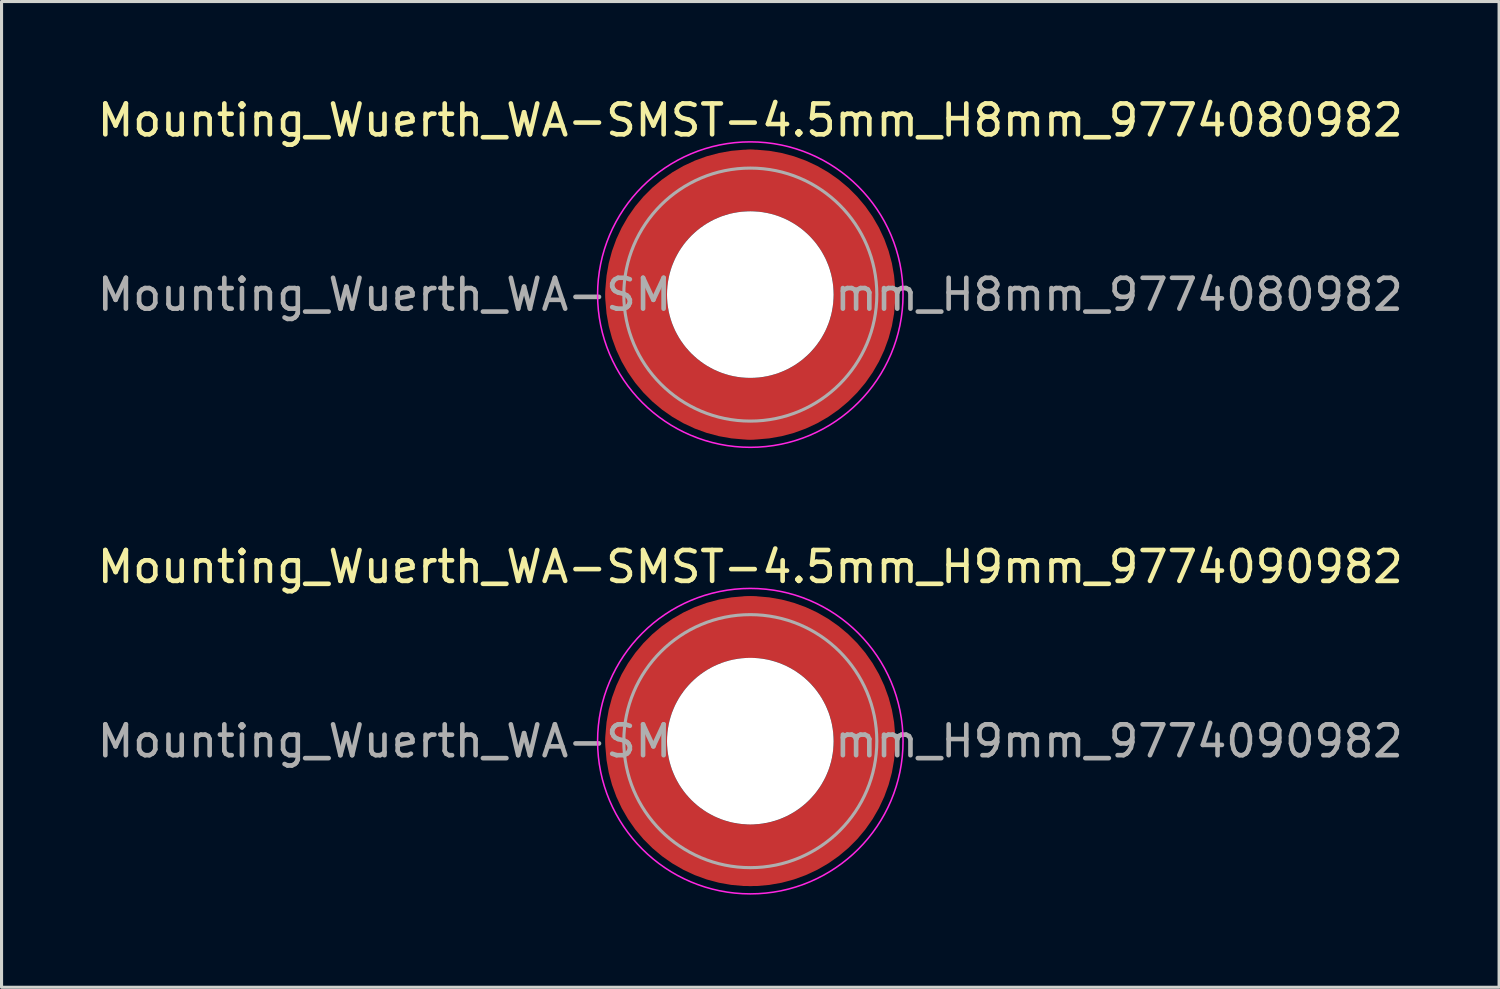
<source format=kicad_pcb>
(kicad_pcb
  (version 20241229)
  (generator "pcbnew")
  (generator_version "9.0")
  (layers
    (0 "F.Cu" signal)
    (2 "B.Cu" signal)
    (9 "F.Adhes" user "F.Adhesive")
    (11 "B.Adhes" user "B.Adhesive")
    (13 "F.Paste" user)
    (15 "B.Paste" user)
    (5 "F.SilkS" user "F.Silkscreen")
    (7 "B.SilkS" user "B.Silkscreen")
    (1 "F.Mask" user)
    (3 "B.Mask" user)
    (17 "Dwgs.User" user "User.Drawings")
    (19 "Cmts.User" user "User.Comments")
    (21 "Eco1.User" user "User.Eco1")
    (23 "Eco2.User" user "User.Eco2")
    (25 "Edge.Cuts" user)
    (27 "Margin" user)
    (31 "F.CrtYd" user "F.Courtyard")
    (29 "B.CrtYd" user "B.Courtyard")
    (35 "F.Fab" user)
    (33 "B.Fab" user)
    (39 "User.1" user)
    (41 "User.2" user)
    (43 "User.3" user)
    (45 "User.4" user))
  (footprint "Mounting_Wuerth_WA-SMST-4.5mm_H9mm_9774090982"
    (layer "F.Cu")
    (at 21.268 20.971)
    (property "Reference" "Mounting_Wuerth_WA-SMST-4.5mm_H9mm_9774090982" (at 0 -5.65 0) (layer "F.SilkS") (effects (font (size 1 1) (thickness 0.15))))
    (attr smd)
    (fp_circle (center 0 0) (end 4.95 0) (stroke (width 0.05) (type solid)) (fill no) (layer "F.CrtYd"))
    (fp_circle (center 0 0) (end 4.1 0) (stroke (width 0.1) (type solid)) (fill no) (layer "F.Fab"))
    (fp_text user "${REFERENCE}" (at 0 0 0) (layer "F.Fab") (effects (font (size 1 1) (thickness 0.15))))
    (pad "" smd custom (at -2.607 -2.607) (size 1.895 1.895) (layers "F.Paste") (options (anchor circle)) (primitives (gr_arc (start -0.188183 2.107456) (mid 0.599273 0.599273) (end 2.107456 -0.188183) (width 0.2)) (gr_arc (start -0.289416 2.107456) (mid 0.52877 0.52877) (end 2.107456 -0.289416) (width 0.2)) (gr_arc (start -0.390547 2.107456) (mid 0.458268 0.458268) (end 2.107456 -0.390547) (width 0.2)) (gr_arc (start -0.491585 2.107456) (mid 0.387765 0.387765) (end 2.107456 -0.491585) (width 0.2)) (gr_arc (start -0.59254 2.107456) (mid 0.317262 0.317262) (end 2.107456 -0.59254) (width 0.2)) (gr_arc (start -0.693419 2.107456) (mid 0.24676 0.24676) (end 2.107456 -0.693419) (width 0.2)) (gr_arc (start -0.794229 2.107456) (mid 0.176257 0.176257) (end 2.107456 -0.794229) (width 0.2)) (gr_arc (start -0.894975 2.107456) (mid 0.105754 0.105754) (end 2.107456 -0.894975) (width 0.2)) (gr_arc (start -0.995664 2.107456) (mid 0.035251 0.035251) (end 2.107456 -0.995664) (width 0.2)) (gr_arc (start -1.0963 2.107456) (mid -0.035252 -0.035252) (end 2.107456 -1.0963) (width 0.2)) (gr_arc (start -1.196886 2.107456) (mid -0.105754 -0.105754) (end 2.107456 -1.196886) (width 0.2)) (gr_arc (start -1.297427 2.107456) (mid -0.176257 -0.176257) (end 2.107456 -1.297427) (width 0.2)) (gr_arc (start -1.397927 2.107456) (mid -0.24676 -0.24676) (end 2.107456 -1.397927) (width 0.2)) (gr_arc (start -1.498388 2.107456) (mid -0.317262 -0.317262) (end 2.107456 -1.498388) (width 0.2)) (gr_arc (start -1.598813 2.107456) (mid -0.387765 -0.387765) (end 2.107456 -1.598813) (width 0.2)) (gr_arc (start -1.699204 2.107456) (mid -0.458267 -0.458267) (end 2.107456 -1.699204) (width 0.2)) (gr_arc (start -1.799565 2.107456) (mid -0.528771 -0.528771) (end 2.107456 -1.799565) (width 0.2)) (gr_arc (start -1.899896 2.107456) (mid -0.599273 -0.599273) (end 2.107456 -1.899896) (width 0.2)) (gr_arc (start -1.899896 2.107456) (mid -0.599273 -0.599273) (end 2.107456 -1.899896) (width 0.2)) (gr_line (start 2.107 -0.188) (end 2.107 -1.9) (width 0.2)) (gr_line (start -0.188 2.107) (end -1.9 2.107) (width 0.2))))
    (pad "" smd custom (at -2.607 2.607) (size 1.895 1.895) (layers "F.Paste") (options (anchor circle)) (primitives (gr_arc (start 2.107456 0.188183) (mid 0.599273 -0.599273) (end -0.188183 -2.107456) (width 0.2)) (gr_arc (start 2.107456 0.289416) (mid 0.52877 -0.52877) (end -0.289416 -2.107456) (width 0.2)) (gr_arc (start 2.107456 0.390547) (mid 0.458268 -0.458268) (end -0.390547 -2.107456) (width 0.2)) (gr_arc (start 2.107456 0.491585) (mid 0.387765 -0.387765) (end -0.491585 -2.107456) (width 0.2)) (gr_arc (start 2.107456 0.59254) (mid 0.317262 -0.317262) (end -0.59254 -2.107456) (width 0.2)) (gr_arc (start 2.107456 0.693419) (mid 0.24676 -0.24676) (end -0.693419 -2.107456) (width 0.2)) (gr_arc (start 2.107456 0.794229) (mid 0.176257 -0.176257) (end -0.794229 -2.107456) (width 0.2)) (gr_arc (start 2.107456 0.894975) (mid 0.105754 -0.105754) (end -0.894975 -2.107456) (width 0.2)) (gr_arc (start 2.107456 0.995664) (mid 0.035251 -0.035251) (end -0.995664 -2.107456) (width 0.2)) (gr_arc (start 2.107456 1.0963) (mid -0.035252 0.035252) (end -1.0963 -2.107456) (width 0.2)) (gr_arc (start 2.107456 1.196886) (mid -0.105754 0.105754) (end -1.196886 -2.107456) (width 0.2)) (gr_arc (start 2.107456 1.297427) (mid -0.176257 0.176257) (end -1.297427 -2.107456) (width 0.2)) (gr_arc (start 2.107456 1.397927) (mid -0.24676 0.24676) (end -1.397927 -2.107456) (width 0.2)) (gr_arc (start 2.107456 1.498388) (mid -0.317262 0.317262) (end -1.498388 -2.107456) (width 0.2)) (gr_arc (start 2.107456 1.598813) (mid -0.387765 0.387765) (end -1.598813 -2.107456) (width 0.2)) (gr_arc (start 2.107456 1.699204) (mid -0.458267 0.458267) (end -1.699204 -2.107456) (width 0.2)) (gr_arc (start 2.107456 1.799565) (mid -0.528771 0.528771) (end -1.799565 -2.107456) (width 0.2)) (gr_arc (start 2.107456 1.899896) (mid -0.599273 0.599273) (end -1.899896 -2.107456) (width 0.2)) (gr_arc (start 2.107456 1.899896) (mid -0.599273 0.599273) (end -1.899896 -2.107456) (width 0.2)) (gr_line (start -0.188 -2.107) (end -1.9 -2.107) (width 0.2)) (gr_line (start 2.107 0.188) (end 2.107 1.9) (width 0.2))))
    (pad "" np_thru_hole circle (at 0 0) (size 5.4 5.4) (drill 5.4) (layers "*.Cu" "*.Mask"))
    (pad "" smd custom (at 2.607 -2.607) (size 1.895 1.895) (layers "F.Paste") (options (anchor circle)) (primitives (gr_arc (start -2.107456 -0.188183) (mid -0.599273 0.599273) (end 0.188183 2.107456) (width 0.2)) (gr_arc (start -2.107456 -0.289416) (mid -0.52877 0.52877) (end 0.289416 2.107456) (width 0.2)) (gr_arc (start -2.107456 -0.390547) (mid -0.458268 0.458268) (end 0.390547 2.107456) (width 0.2)) (gr_arc (start -2.107456 -0.491585) (mid -0.387765 0.387765) (end 0.491585 2.107456) (width 0.2)) (gr_arc (start -2.107456 -0.59254) (mid -0.317262 0.317262) (end 0.59254 2.107456) (width 0.2)) (gr_arc (start -2.107456 -0.693419) (mid -0.24676 0.24676) (end 0.693419 2.107456) (width 0.2)) (gr_arc (start -2.107456 -0.794229) (mid -0.176257 0.176257) (end 0.794229 2.107456) (width 0.2)) (gr_arc (start -2.107456 -0.894975) (mid -0.105754 0.105754) (end 0.894975 2.107456) (width 0.2)) (gr_arc (start -2.107456 -0.995664) (mid -0.035251 0.035251) (end 0.995664 2.107456) (width 0.2)) (gr_arc (start -2.107456 -1.0963) (mid 0.035252 -0.035252) (end 1.0963 2.107456) (width 0.2)) (gr_arc (start -2.107456 -1.196886) (mid 0.105754 -0.105754) (end 1.196886 2.107456) (width 0.2)) (gr_arc (start -2.107456 -1.297427) (mid 0.176257 -0.176257) (end 1.297427 2.107456) (width 0.2)) (gr_arc (start -2.107456 -1.397927) (mid 0.24676 -0.24676) (end 1.397927 2.107456) (width 0.2)) (gr_arc (start -2.107456 -1.498388) (mid 0.317262 -0.317262) (end 1.498388 2.107456) (width 0.2)) (gr_arc (start -2.107456 -1.598813) (mid 0.387765 -0.387765) (end 1.598813 2.107456) (width 0.2)) (gr_arc (start -2.107456 -1.699204) (mid 0.458267 -0.458267) (end 1.699204 2.107456) (width 0.2)) (gr_arc (start -2.107456 -1.799565) (mid 0.528771 -0.528771) (end 1.799565 2.107456) (width 0.2)) (gr_arc (start -2.107456 -1.899896) (mid 0.599273 -0.599273) (end 1.899896 2.107456) (width 0.2)) (gr_arc (start -2.107456 -1.899896) (mid 0.599273 -0.599273) (end 1.899896 2.107456) (width 0.2)) (gr_line (start 0.188 2.107) (end 1.9 2.107) (width 0.2)) (gr_line (start -2.107 -0.188) (end -2.107 -1.9) (width 0.2))))
    (pad "" smd custom (at 2.607 2.607) (size 1.895 1.895) (layers "F.Paste") (options (anchor circle)) (primitives (gr_arc (start 0.188183 -2.107456) (mid -0.599273 -0.599273) (end -2.107456 0.188183) (width 0.2)) (gr_arc (start 0.289416 -2.107456) (mid -0.52877 -0.52877) (end -2.107456 0.289416) (width 0.2)) (gr_arc (start 0.390547 -2.107456) (mid -0.458268 -0.458268) (end -2.107456 0.390547) (width 0.2)) (gr_arc (start 0.491585 -2.107456) (mid -0.387765 -0.387765) (end -2.107456 0.491585) (width 0.2)) (gr_arc (start 0.59254 -2.107456) (mid -0.317262 -0.317262) (end -2.107456 0.59254) (width 0.2)) (gr_arc (start 0.693419 -2.107456) (mid -0.24676 -0.24676) (end -2.107456 0.693419) (width 0.2)) (gr_arc (start 0.794229 -2.107456) (mid -0.176257 -0.176257) (end -2.107456 0.794229) (width 0.2)) (gr_arc (start 0.894975 -2.107456) (mid -0.105754 -0.105754) (end -2.107456 0.894975) (width 0.2)) (gr_arc (start 0.995664 -2.107456) (mid -0.035251 -0.035251) (end -2.107456 0.995664) (width 0.2)) (gr_arc (start 1.0963 -2.107456) (mid 0.035252 0.035252) (end -2.107456 1.0963) (width 0.2)) (gr_arc (start 1.196886 -2.107456) (mid 0.105754 0.105754) (end -2.107456 1.196886) (width 0.2)) (gr_arc (start 1.297427 -2.107456) (mid 0.176257 0.176257) (end -2.107456 1.297427) (width 0.2)) (gr_arc (start 1.397927 -2.107456) (mid 0.24676 0.24676) (end -2.107456 1.397927) (width 0.2)) (gr_arc (start 1.498388 -2.107456) (mid 0.317262 0.317262) (end -2.107456 1.498388) (width 0.2)) (gr_arc (start 1.598813 -2.107456) (mid 0.387765 0.387765) (end -2.107456 1.598813) (width 0.2)) (gr_arc (start 1.699204 -2.107456) (mid 0.458267 0.458267) (end -2.107456 1.699204) (width 0.2)) (gr_arc (start 1.799565 -2.107456) (mid 0.528771 0.528771) (end -2.107456 1.799565) (width 0.2)) (gr_arc (start 1.899896 -2.107456) (mid 0.599273 0.599273) (end -2.107456 1.899896) (width 0.2)) (gr_arc (start 1.899896 -2.107456) (mid 0.599273 0.599273) (end -2.107456 1.899896) (width 0.2)) (gr_line (start -2.107 0.188) (end -2.107 1.9) (width 0.2)) (gr_line (start 0.188 -2.107) (end 1.9 -2.107) (width 0.2))))
    (pad "1" smd circle (at -3.7 0) (size 2 2) (layers "F.Cu"))
    (pad "1" smd circle (at 0 -3.7) (size 2 2) (layers "F.Cu"))
    (pad "1" smd circle (at 0 3.7) (size 2 2) (layers "F.Cu"))
    (pad "1" smd custom (at 3.7 0) (size 2 2) (layers "F.Cu" "F.Mask") (options (anchor circle)) (primitives (gr_circle (center -3.7 0) (end 0 0) (width 2) (fill no)))))
  (footprint "Mounting_Wuerth_WA-SMST-4.5mm_H8mm_9774080982"
    (layer "F.Cu")
    (at 21.268 6.498)
    (property "Reference" "Mounting_Wuerth_WA-SMST-4.5mm_H8mm_9774080982" (at 0 -5.65 0) (layer "F.SilkS") (effects (font (size 1 1) (thickness 0.15))))
    (attr smd)
    (fp_circle (center 0 0) (end 4.95 0) (stroke (width 0.05) (type solid)) (fill no) (layer "F.CrtYd"))
    (fp_circle (center 0 0) (end 4.1 0) (stroke (width 0.1) (type solid)) (fill no) (layer "F.Fab"))
    (fp_text user "${REFERENCE}" (at 0 0 0) (layer "F.Fab") (effects (font (size 1 1) (thickness 0.15))))
    (pad "" smd custom (at -2.607 -2.607) (size 1.895 1.895) (layers "F.Paste") (options (anchor circle)) (primitives (gr_arc (start -0.188183 2.107456) (mid 0.599273 0.599273) (end 2.107456 -0.188183) (width 0.2)) (gr_arc (start -0.289416 2.107456) (mid 0.52877 0.52877) (end 2.107456 -0.289416) (width 0.2)) (gr_arc (start -0.390547 2.107456) (mid 0.458268 0.458268) (end 2.107456 -0.390547) (width 0.2)) (gr_arc (start -0.491585 2.107456) (mid 0.387765 0.387765) (end 2.107456 -0.491585) (width 0.2)) (gr_arc (start -0.59254 2.107456) (mid 0.317262 0.317262) (end 2.107456 -0.59254) (width 0.2)) (gr_arc (start -0.693419 2.107456) (mid 0.24676 0.24676) (end 2.107456 -0.693419) (width 0.2)) (gr_arc (start -0.794229 2.107456) (mid 0.176257 0.176257) (end 2.107456 -0.794229) (width 0.2)) (gr_arc (start -0.894975 2.107456) (mid 0.105754 0.105754) (end 2.107456 -0.894975) (width 0.2)) (gr_arc (start -0.995664 2.107456) (mid 0.035251 0.035251) (end 2.107456 -0.995664) (width 0.2)) (gr_arc (start -1.0963 2.107456) (mid -0.035252 -0.035252) (end 2.107456 -1.0963) (width 0.2)) (gr_arc (start -1.196886 2.107456) (mid -0.105754 -0.105754) (end 2.107456 -1.196886) (width 0.2)) (gr_arc (start -1.297427 2.107456) (mid -0.176257 -0.176257) (end 2.107456 -1.297427) (width 0.2)) (gr_arc (start -1.397927 2.107456) (mid -0.24676 -0.24676) (end 2.107456 -1.397927) (width 0.2)) (gr_arc (start -1.498388 2.107456) (mid -0.317262 -0.317262) (end 2.107456 -1.498388) (width 0.2)) (gr_arc (start -1.598813 2.107456) (mid -0.387765 -0.387765) (end 2.107456 -1.598813) (width 0.2)) (gr_arc (start -1.699204 2.107456) (mid -0.458267 -0.458267) (end 2.107456 -1.699204) (width 0.2)) (gr_arc (start -1.799565 2.107456) (mid -0.528771 -0.528771) (end 2.107456 -1.799565) (width 0.2)) (gr_arc (start -1.899896 2.107456) (mid -0.599273 -0.599273) (end 2.107456 -1.899896) (width 0.2)) (gr_arc (start -1.899896 2.107456) (mid -0.599273 -0.599273) (end 2.107456 -1.899896) (width 0.2)) (gr_line (start 2.107 -0.188) (end 2.107 -1.9) (width 0.2)) (gr_line (start -0.188 2.107) (end -1.9 2.107) (width 0.2))))
    (pad "" smd custom (at -2.607 2.607) (size 1.895 1.895) (layers "F.Paste") (options (anchor circle)) (primitives (gr_arc (start 2.107456 0.188183) (mid 0.599273 -0.599273) (end -0.188183 -2.107456) (width 0.2)) (gr_arc (start 2.107456 0.289416) (mid 0.52877 -0.52877) (end -0.289416 -2.107456) (width 0.2)) (gr_arc (start 2.107456 0.390547) (mid 0.458268 -0.458268) (end -0.390547 -2.107456) (width 0.2)) (gr_arc (start 2.107456 0.491585) (mid 0.387765 -0.387765) (end -0.491585 -2.107456) (width 0.2)) (gr_arc (start 2.107456 0.59254) (mid 0.317262 -0.317262) (end -0.59254 -2.107456) (width 0.2)) (gr_arc (start 2.107456 0.693419) (mid 0.24676 -0.24676) (end -0.693419 -2.107456) (width 0.2)) (gr_arc (start 2.107456 0.794229) (mid 0.176257 -0.176257) (end -0.794229 -2.107456) (width 0.2)) (gr_arc (start 2.107456 0.894975) (mid 0.105754 -0.105754) (end -0.894975 -2.107456) (width 0.2)) (gr_arc (start 2.107456 0.995664) (mid 0.035251 -0.035251) (end -0.995664 -2.107456) (width 0.2)) (gr_arc (start 2.107456 1.0963) (mid -0.035252 0.035252) (end -1.0963 -2.107456) (width 0.2)) (gr_arc (start 2.107456 1.196886) (mid -0.105754 0.105754) (end -1.196886 -2.107456) (width 0.2)) (gr_arc (start 2.107456 1.297427) (mid -0.176257 0.176257) (end -1.297427 -2.107456) (width 0.2)) (gr_arc (start 2.107456 1.397927) (mid -0.24676 0.24676) (end -1.397927 -2.107456) (width 0.2)) (gr_arc (start 2.107456 1.498388) (mid -0.317262 0.317262) (end -1.498388 -2.107456) (width 0.2)) (gr_arc (start 2.107456 1.598813) (mid -0.387765 0.387765) (end -1.598813 -2.107456) (width 0.2)) (gr_arc (start 2.107456 1.699204) (mid -0.458267 0.458267) (end -1.699204 -2.107456) (width 0.2)) (gr_arc (start 2.107456 1.799565) (mid -0.528771 0.528771) (end -1.799565 -2.107456) (width 0.2)) (gr_arc (start 2.107456 1.899896) (mid -0.599273 0.599273) (end -1.899896 -2.107456) (width 0.2)) (gr_arc (start 2.107456 1.899896) (mid -0.599273 0.599273) (end -1.899896 -2.107456) (width 0.2)) (gr_line (start -0.188 -2.107) (end -1.9 -2.107) (width 0.2)) (gr_line (start 2.107 0.188) (end 2.107 1.9) (width 0.2))))
    (pad "" np_thru_hole circle (at 0 0) (size 5.4 5.4) (drill 5.4) (layers "*.Cu" "*.Mask"))
    (pad "" smd custom (at 2.607 -2.607) (size 1.895 1.895) (layers "F.Paste") (options (anchor circle)) (primitives (gr_arc (start -2.107456 -0.188183) (mid -0.599273 0.599273) (end 0.188183 2.107456) (width 0.2)) (gr_arc (start -2.107456 -0.289416) (mid -0.52877 0.52877) (end 0.289416 2.107456) (width 0.2)) (gr_arc (start -2.107456 -0.390547) (mid -0.458268 0.458268) (end 0.390547 2.107456) (width 0.2)) (gr_arc (start -2.107456 -0.491585) (mid -0.387765 0.387765) (end 0.491585 2.107456) (width 0.2)) (gr_arc (start -2.107456 -0.59254) (mid -0.317262 0.317262) (end 0.59254 2.107456) (width 0.2)) (gr_arc (start -2.107456 -0.693419) (mid -0.24676 0.24676) (end 0.693419 2.107456) (width 0.2)) (gr_arc (start -2.107456 -0.794229) (mid -0.176257 0.176257) (end 0.794229 2.107456) (width 0.2)) (gr_arc (start -2.107456 -0.894975) (mid -0.105754 0.105754) (end 0.894975 2.107456) (width 0.2)) (gr_arc (start -2.107456 -0.995664) (mid -0.035251 0.035251) (end 0.995664 2.107456) (width 0.2)) (gr_arc (start -2.107456 -1.0963) (mid 0.035252 -0.035252) (end 1.0963 2.107456) (width 0.2)) (gr_arc (start -2.107456 -1.196886) (mid 0.105754 -0.105754) (end 1.196886 2.107456) (width 0.2)) (gr_arc (start -2.107456 -1.297427) (mid 0.176257 -0.176257) (end 1.297427 2.107456) (width 0.2)) (gr_arc (start -2.107456 -1.397927) (mid 0.24676 -0.24676) (end 1.397927 2.107456) (width 0.2)) (gr_arc (start -2.107456 -1.498388) (mid 0.317262 -0.317262) (end 1.498388 2.107456) (width 0.2)) (gr_arc (start -2.107456 -1.598813) (mid 0.387765 -0.387765) (end 1.598813 2.107456) (width 0.2)) (gr_arc (start -2.107456 -1.699204) (mid 0.458267 -0.458267) (end 1.699204 2.107456) (width 0.2)) (gr_arc (start -2.107456 -1.799565) (mid 0.528771 -0.528771) (end 1.799565 2.107456) (width 0.2)) (gr_arc (start -2.107456 -1.899896) (mid 0.599273 -0.599273) (end 1.899896 2.107456) (width 0.2)) (gr_arc (start -2.107456 -1.899896) (mid 0.599273 -0.599273) (end 1.899896 2.107456) (width 0.2)) (gr_line (start 0.188 2.107) (end 1.9 2.107) (width 0.2)) (gr_line (start -2.107 -0.188) (end -2.107 -1.9) (width 0.2))))
    (pad "" smd custom (at 2.607 2.607) (size 1.895 1.895) (layers "F.Paste") (options (anchor circle)) (primitives (gr_arc (start 0.188183 -2.107456) (mid -0.599273 -0.599273) (end -2.107456 0.188183) (width 0.2)) (gr_arc (start 0.289416 -2.107456) (mid -0.52877 -0.52877) (end -2.107456 0.289416) (width 0.2)) (gr_arc (start 0.390547 -2.107456) (mid -0.458268 -0.458268) (end -2.107456 0.390547) (width 0.2)) (gr_arc (start 0.491585 -2.107456) (mid -0.387765 -0.387765) (end -2.107456 0.491585) (width 0.2)) (gr_arc (start 0.59254 -2.107456) (mid -0.317262 -0.317262) (end -2.107456 0.59254) (width 0.2)) (gr_arc (start 0.693419 -2.107456) (mid -0.24676 -0.24676) (end -2.107456 0.693419) (width 0.2)) (gr_arc (start 0.794229 -2.107456) (mid -0.176257 -0.176257) (end -2.107456 0.794229) (width 0.2)) (gr_arc (start 0.894975 -2.107456) (mid -0.105754 -0.105754) (end -2.107456 0.894975) (width 0.2)) (gr_arc (start 0.995664 -2.107456) (mid -0.035251 -0.035251) (end -2.107456 0.995664) (width 0.2)) (gr_arc (start 1.0963 -2.107456) (mid 0.035252 0.035252) (end -2.107456 1.0963) (width 0.2)) (gr_arc (start 1.196886 -2.107456) (mid 0.105754 0.105754) (end -2.107456 1.196886) (width 0.2)) (gr_arc (start 1.297427 -2.107456) (mid 0.176257 0.176257) (end -2.107456 1.297427) (width 0.2)) (gr_arc (start 1.397927 -2.107456) (mid 0.24676 0.24676) (end -2.107456 1.397927) (width 0.2)) (gr_arc (start 1.498388 -2.107456) (mid 0.317262 0.317262) (end -2.107456 1.498388) (width 0.2)) (gr_arc (start 1.598813 -2.107456) (mid 0.387765 0.387765) (end -2.107456 1.598813) (width 0.2)) (gr_arc (start 1.699204 -2.107456) (mid 0.458267 0.458267) (end -2.107456 1.699204) (width 0.2)) (gr_arc (start 1.799565 -2.107456) (mid 0.528771 0.528771) (end -2.107456 1.799565) (width 0.2)) (gr_arc (start 1.899896 -2.107456) (mid 0.599273 0.599273) (end -2.107456 1.899896) (width 0.2)) (gr_arc (start 1.899896 -2.107456) (mid 0.599273 0.599273) (end -2.107456 1.899896) (width 0.2)) (gr_line (start -2.107 0.188) (end -2.107 1.9) (width 0.2)) (gr_line (start 0.188 -2.107) (end 1.9 -2.107) (width 0.2))))
    (pad "1" smd circle (at -3.7 0) (size 2 2) (layers "F.Cu"))
    (pad "1" smd circle (at 0 -3.7) (size 2 2) (layers "F.Cu"))
    (pad "1" smd circle (at 0 3.7) (size 2 2) (layers "F.Cu"))
    (pad "1" smd custom (at 3.7 0) (size 2 2) (layers "F.Cu" "F.Mask") (options (anchor circle)) (primitives (gr_circle (center -3.7 0) (end 0 0) (width 2) (fill no)))))
  (gr_rect
    (start -3 -3)
    (end 45.536 28.947)
    (stroke (width 0.1) (type default))
    (fill no)
    (layer "Edge.Cuts")))
</source>
